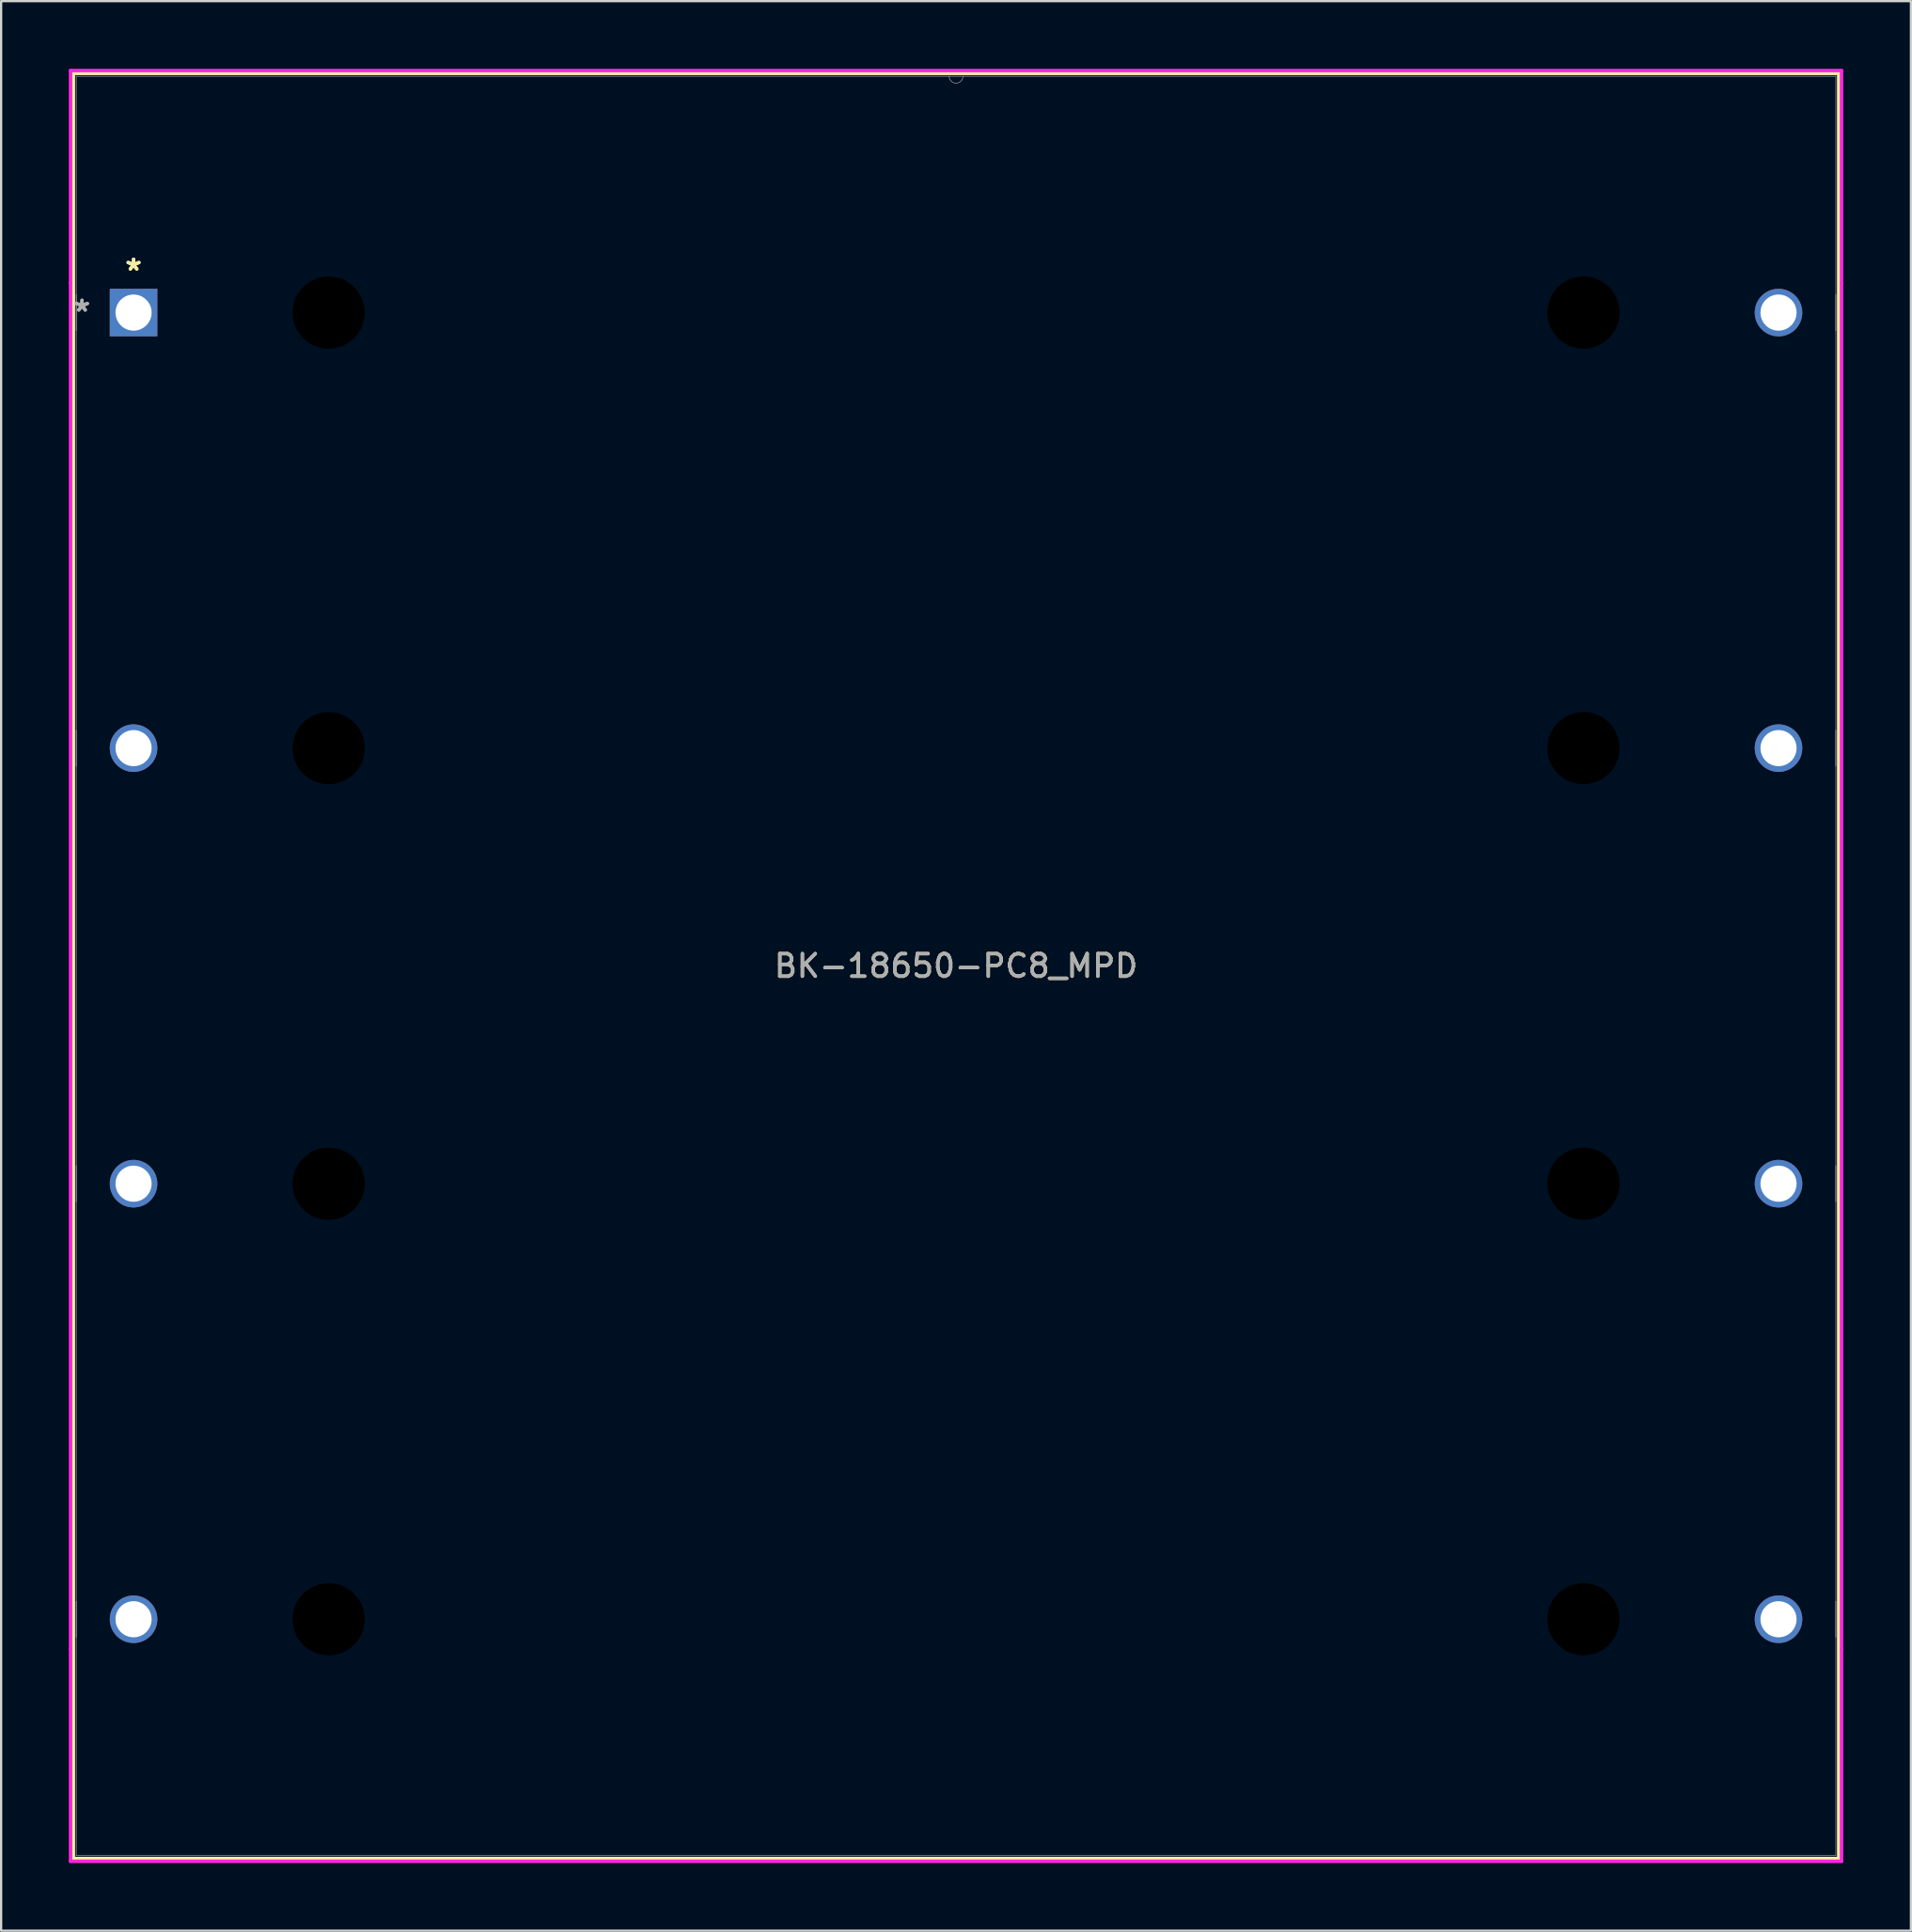
<source format=kicad_pcb>
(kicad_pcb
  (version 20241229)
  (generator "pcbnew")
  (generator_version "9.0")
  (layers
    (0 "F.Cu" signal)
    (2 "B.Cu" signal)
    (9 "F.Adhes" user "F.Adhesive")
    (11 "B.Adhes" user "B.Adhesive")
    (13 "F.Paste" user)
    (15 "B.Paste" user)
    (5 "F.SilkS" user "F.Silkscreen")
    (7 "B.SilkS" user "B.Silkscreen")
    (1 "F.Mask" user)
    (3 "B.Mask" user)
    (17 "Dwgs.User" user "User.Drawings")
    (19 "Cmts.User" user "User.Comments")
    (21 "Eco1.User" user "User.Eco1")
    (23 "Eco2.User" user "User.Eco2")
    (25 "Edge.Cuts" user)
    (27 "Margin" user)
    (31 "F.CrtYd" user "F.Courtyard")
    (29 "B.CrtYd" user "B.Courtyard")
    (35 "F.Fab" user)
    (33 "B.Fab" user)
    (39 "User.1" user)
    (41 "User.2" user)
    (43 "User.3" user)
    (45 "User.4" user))
  (footprint "BK-18650-PC8_MPD"
    (layer "F.Cu")
    (at 2.869 10.801)
    (property "Reference" "BK-18650-PC8_MPD" (at 36.45 28.95 0) (unlocked yes) (layer "F.SilkS") (effects (font (size 1 1) (thickness 0.15))))
    (attr through_hole)
    (fp_line (start -2.666 -10.598) (end -2.666 68.498) (stroke (width 0.152) (type solid)) (layer "F.SilkS"))
    (fp_line (start -2.666 68.498) (end 75.566 68.498) (stroke (width 0.152) (type solid)) (layer "F.SilkS"))
    (fp_line (start 75.566 -10.598) (end -2.666 -10.598) (stroke (width 0.152) (type solid)) (layer "F.SilkS"))
    (fp_line (start 75.566 68.498) (end 75.566 -10.598) (stroke (width 0.152) (type solid)) (layer "F.SilkS"))
    (fp_line (start -2.793 -10.725) (end 75.693 -10.725) (stroke (width 0.152) (type solid)) (layer "F.CrtYd"))
    (fp_line (start -2.793 -1.308) (end -2.793 -10.725) (stroke (width 0.152) (type solid)) (layer "F.CrtYd"))
    (fp_line (start -2.793 -1.308) (end -2.793 -1.308) (stroke (width 0.152) (type solid)) (layer "F.CrtYd"))
    (fp_line (start -2.793 59.208) (end -2.793 -1.308) (stroke (width 0.152) (type solid)) (layer "F.CrtYd"))
    (fp_line (start -2.793 59.208) (end -2.793 59.208) (stroke (width 0.152) (type solid)) (layer "F.CrtYd"))
    (fp_line (start -2.793 68.625) (end -2.793 59.208) (stroke (width 0.152) (type solid)) (layer "F.CrtYd"))
    (fp_line (start 75.693 -10.725) (end 75.693 -1.308) (stroke (width 0.152) (type solid)) (layer "F.CrtYd"))
    (fp_line (start 75.693 -1.308) (end 75.693 -1.308) (stroke (width 0.152) (type solid)) (layer "F.CrtYd"))
    (fp_line (start 75.693 -1.308) (end 75.693 59.208) (stroke (width 0.152) (type solid)) (layer "F.CrtYd"))
    (fp_line (start 75.693 59.208) (end 75.693 59.208) (stroke (width 0.152) (type solid)) (layer "F.CrtYd"))
    (fp_line (start 75.693 59.208) (end 75.693 68.625) (stroke (width 0.152) (type solid)) (layer "F.CrtYd"))
    (fp_line (start 75.693 68.625) (end -2.793 68.625) (stroke (width 0.152) (type solid)) (layer "F.CrtYd"))
    (fp_line (start -2.539 -10.471) (end -2.539 68.371) (stroke (width 0.025) (type solid)) (layer "F.Fab"))
    (fp_line (start -2.539 0.8) (end -2.539 -0.8) (stroke (width 0.025) (type solid)) (layer "F.Fab"))
    (fp_line (start -2.539 20.1) (end -2.539 18.5) (stroke (width 0.025) (type solid)) (layer "F.Fab"))
    (fp_line (start -2.539 39.4) (end -2.539 37.8) (stroke (width 0.025) (type solid)) (layer "F.Fab"))
    (fp_line (start -2.539 58.7) (end -2.539 57.1) (stroke (width 0.025) (type solid)) (layer "F.Fab"))
    (fp_line (start -2.539 68.371) (end 75.439 68.371) (stroke (width 0.025) (type solid)) (layer "F.Fab"))
    (fp_line (start 75.439 -10.471) (end -2.539 -10.471) (stroke (width 0.025) (type solid)) (layer "F.Fab"))
    (fp_line (start 75.439 -0.8) (end 75.439 0.8) (stroke (width 0.025) (type solid)) (layer "F.Fab"))
    (fp_line (start 75.439 18.5) (end 75.439 20.1) (stroke (width 0.025) (type solid)) (layer "F.Fab"))
    (fp_line (start 75.439 37.8) (end 75.439 39.4) (stroke (width 0.025) (type solid)) (layer "F.Fab"))
    (fp_line (start 75.439 57.1) (end 75.439 58.7) (stroke (width 0.025) (type solid)) (layer "F.Fab"))
    (fp_line (start 75.439 68.371) (end 75.439 -10.471) (stroke (width 0.025) (type solid)) (layer "F.Fab"))
    (fp_arc (start 36.754805 -10.470793) (mid 36.450005 -10.165993) (end 36.145205 -10.470793) (stroke (width 0.0254) (type solid)) (layer "F.Fab"))
    (fp_text user "*" (at 0 -1.816 0) (layer "F.SilkS") (effects (font (size 1 1) (thickness 0.15))))
    (fp_text user "*" (at 0 -1.816 0) (unlocked yes) (layer "F.SilkS") (effects (font (size 1 1) (thickness 0.15))))
    (fp_text user "${REFERENCE}" (at 36.45 28.95 0) (unlocked yes) (layer "F.Fab") (effects (font (size 1 1) (thickness 0.15))))
    (fp_text user "*" (at -2.285 0 0) (unlocked yes) (layer "F.Fab") (effects (font (size 1 1) (thickness 0.15))))
    (fp_text user "*" (at -2.285 0 0) (layer "F.Fab") (effects (font (size 1 1) (thickness 0.15))))
    (pad "" np_thru_hole circle (at 8.645 0) (size 3.2 3.2) (drill 3.2) (layers))
    (pad "" np_thru_hole circle (at 8.645 19.3) (size 3.2 3.2) (drill 3.2) (layers))
    (pad "" np_thru_hole circle (at 8.645 38.6) (size 3.2 3.2) (drill 3.2) (layers))
    (pad "" np_thru_hole circle (at 8.645 57.9) (size 3.2 3.2) (drill 3.2) (layers))
    (pad "" np_thru_hole circle (at 64.255 0) (size 3.2 3.2) (drill 3.2) (layers))
    (pad "" np_thru_hole circle (at 64.255 19.3) (size 3.2 3.2) (drill 3.2) (layers))
    (pad "" np_thru_hole circle (at 64.255 38.6) (size 3.2 3.2) (drill 3.2) (layers))
    (pad "" np_thru_hole circle (at 64.255 57.9) (size 3.2 3.2) (drill 3.2) (layers))
    (pad "1" thru_hole rect (at 0 0) (size 2.108 2.108) (drill 1.6) (layers "*.Cu" "*.Mask"))
    (pad "2" thru_hole circle (at 0 19.3) (size 2.108 2.108) (drill 1.6) (layers "*.Cu" "*.Mask"))
    (pad "3" thru_hole circle (at 0 38.6) (size 2.108 2.108) (drill 1.6) (layers "*.Cu" "*.Mask"))
    (pad "4" thru_hole circle (at 0 57.9) (size 2.108 2.108) (drill 1.6) (layers "*.Cu" "*.Mask"))
    (pad "5" thru_hole circle (at 72.9 57.9) (size 2.108 2.108) (drill 1.6) (layers "*.Cu" "*.Mask"))
    (pad "6" thru_hole circle (at 72.9 38.6) (size 2.108 2.108) (drill 1.6) (layers "*.Cu" "*.Mask"))
    (pad "7" thru_hole circle (at 72.9 19.3) (size 2.108 2.108) (drill 1.6) (layers "*.Cu" "*.Mask"))
    (pad "8" thru_hole circle (at 72.9 0) (size 2.108 2.108) (drill 1.6) (layers "*.Cu" "*.Mask")))
  (gr_rect
    (start -3 -3)
    (end 81.638 82.502)
    (stroke (width 0.1) (type default))
    (fill no)
    (layer "Edge.Cuts")))
</source>
